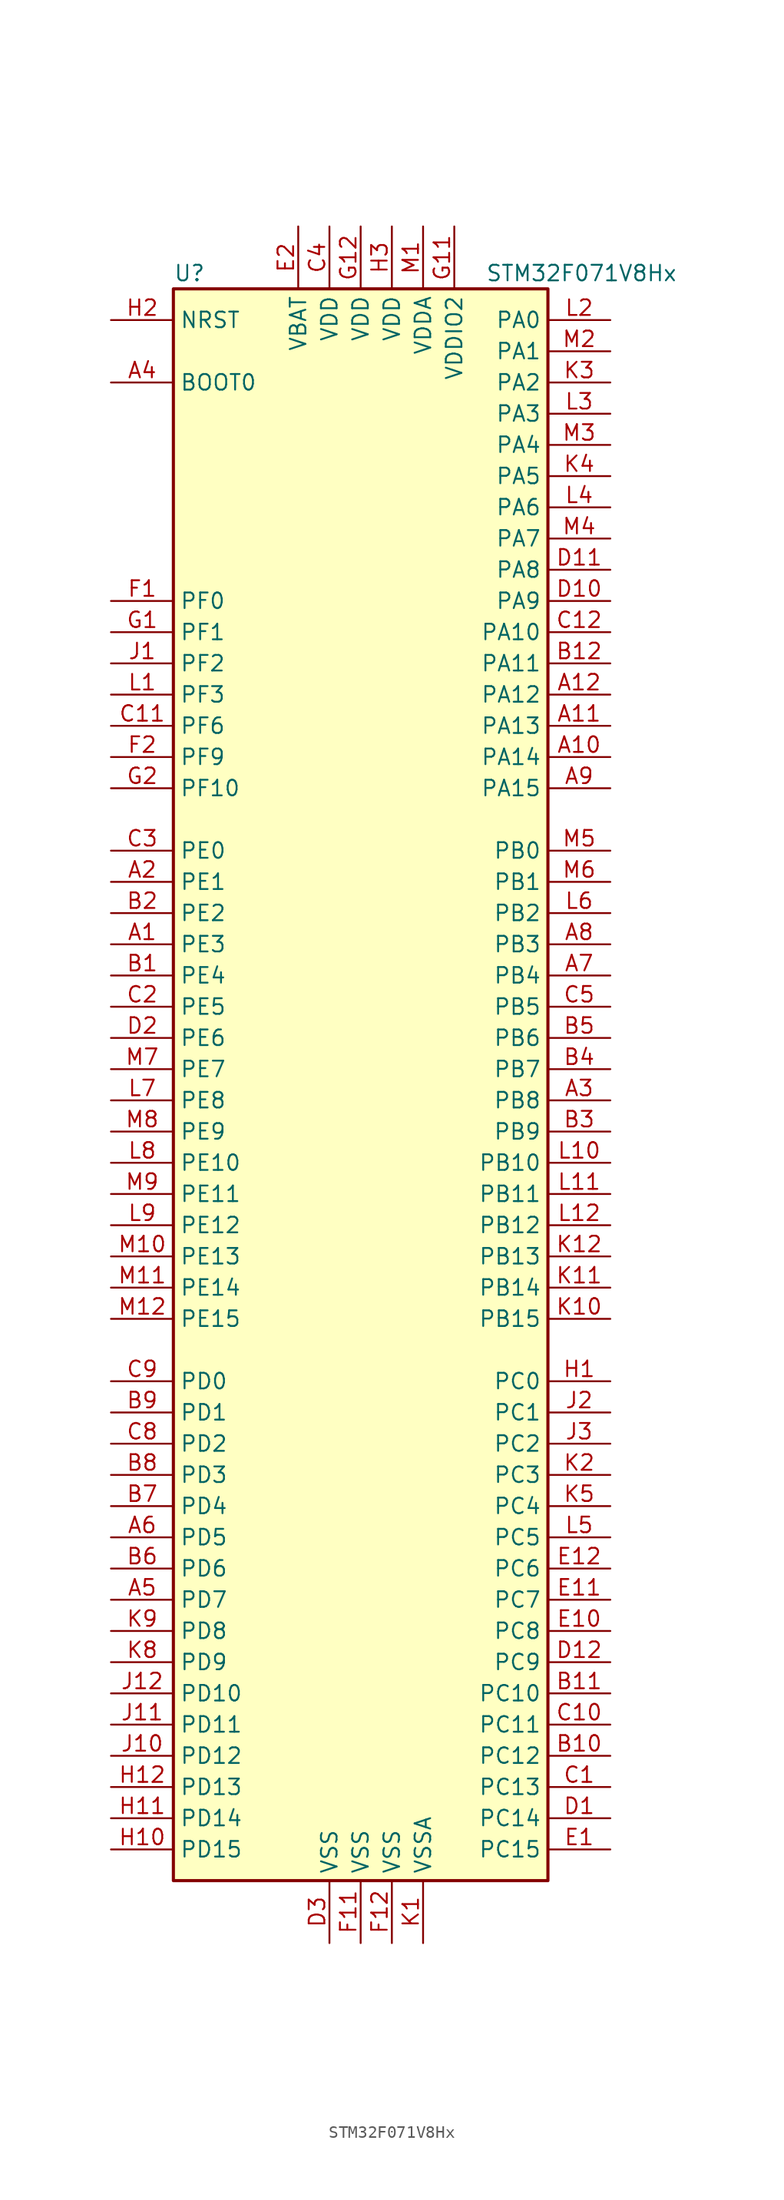
<source format=kicad_sym>
(kicad_symbol_lib
  (version 20201005)
  (generator kicad_symbol_editor)
  (symbol "STM32F071V8Hx"
    (property "Reference" "U"
      (at -15.24 64.77 0)
      (effects (font (size 1.27 1.27)) (justify left)))
    (property "Value" "STM32F071V8Hx"
      (at 10.16 64.77 0)
      (effects (font (size 1.27 1.27)) (justify left)))
    (symbol "STM32F071V8Hx_0_1"
      (rectangle (start -15.24 -66.04) (end 15.24 63.5) (stroke (width 0.254)) (fill (type background))))
    (symbol "STM32F071V8Hx_1_1"
      (pin input line (at -20.32 55.88 0) (length 5.08) (name "BOOT0" (effects (font (size 1.27 1.27)))) (number "A4" (effects (font (size 1.27 1.27)))))
      (pin no_connect line (at -15.24 -63.5 0) (length 5.08) hide (name "NC" (effects (font (size 1.27 1.27)))) (number "E3" (effects (font (size 1.27 1.27)))))
      (pin input line (at -20.32 60.96 0) (length 5.08) (name "NRST" (effects (font (size 1.27 1.27)))) (number "H2" (effects (font (size 1.27 1.27)))))
      (pin bidirectional line (at 20.32 60.96 180) (length 5.08) (name "PA0" (effects (font (size 1.27 1.27)))) (number "L2" (effects (font (size 1.27 1.27)))))
      (pin bidirectional line (at 20.32 58.42 180) (length 5.08) (name "PA1" (effects (font (size 1.27 1.27)))) (number "M2" (effects (font (size 1.27 1.27)))))
      (pin bidirectional line (at 20.32 35.56 180) (length 5.08) (name "PA10" (effects (font (size 1.27 1.27)))) (number "C12" (effects (font (size 1.27 1.27)))))
      (pin bidirectional line (at 20.32 33.02 180) (length 5.08) (name "PA11" (effects (font (size 1.27 1.27)))) (number "B12" (effects (font (size 1.27 1.27)))))
      (pin bidirectional line (at 20.32 30.48 180) (length 5.08) (name "PA12" (effects (font (size 1.27 1.27)))) (number "A12" (effects (font (size 1.27 1.27)))))
      (pin bidirectional line (at 20.32 27.94 180) (length 5.08) (name "PA13" (effects (font (size 1.27 1.27)))) (number "A11" (effects (font (size 1.27 1.27)))))
      (pin bidirectional line (at 20.32 25.4 180) (length 5.08) (name "PA14" (effects (font (size 1.27 1.27)))) (number "A10" (effects (font (size 1.27 1.27)))))
      (pin bidirectional line (at 20.32 22.86 180) (length 5.08) (name "PA15" (effects (font (size 1.27 1.27)))) (number "A9" (effects (font (size 1.27 1.27)))))
      (pin bidirectional line (at 20.32 55.88 180) (length 5.08) (name "PA2" (effects (font (size 1.27 1.27)))) (number "K3" (effects (font (size 1.27 1.27)))))
      (pin bidirectional line (at 20.32 53.34 180) (length 5.08) (name "PA3" (effects (font (size 1.27 1.27)))) (number "L3" (effects (font (size 1.27 1.27)))))
      (pin bidirectional line (at 20.32 50.8 180) (length 5.08) (name "PA4" (effects (font (size 1.27 1.27)))) (number "M3" (effects (font (size 1.27 1.27)))))
      (pin bidirectional line (at 20.32 48.26 180) (length 5.08) (name "PA5" (effects (font (size 1.27 1.27)))) (number "K4" (effects (font (size 1.27 1.27)))))
      (pin bidirectional line (at 20.32 45.72 180) (length 5.08) (name "PA6" (effects (font (size 1.27 1.27)))) (number "L4" (effects (font (size 1.27 1.27)))))
      (pin bidirectional line (at 20.32 43.18 180) (length 5.08) (name "PA7" (effects (font (size 1.27 1.27)))) (number "M4" (effects (font (size 1.27 1.27)))))
      (pin bidirectional line (at 20.32 40.64 180) (length 5.08) (name "PA8" (effects (font (size 1.27 1.27)))) (number "D11" (effects (font (size 1.27 1.27)))))
      (pin bidirectional line (at 20.32 38.1 180) (length 5.08) (name "PA9" (effects (font (size 1.27 1.27)))) (number "D10" (effects (font (size 1.27 1.27)))))
      (pin bidirectional line (at 20.32 17.78 180) (length 5.08) (name "PB0" (effects (font (size 1.27 1.27)))) (number "M5" (effects (font (size 1.27 1.27)))))
      (pin bidirectional line (at 20.32 15.24 180) (length 5.08) (name "PB1" (effects (font (size 1.27 1.27)))) (number "M6" (effects (font (size 1.27 1.27)))))
      (pin bidirectional line (at 20.32 -7.62 180) (length 5.08) (name "PB10" (effects (font (size 1.27 1.27)))) (number "L10" (effects (font (size 1.27 1.27)))))
      (pin bidirectional line (at 20.32 -10.16 180) (length 5.08) (name "PB11" (effects (font (size 1.27 1.27)))) (number "L11" (effects (font (size 1.27 1.27)))))
      (pin bidirectional line (at 20.32 -12.7 180) (length 5.08) (name "PB12" (effects (font (size 1.27 1.27)))) (number "L12" (effects (font (size 1.27 1.27)))))
      (pin bidirectional line (at 20.32 -15.24 180) (length 5.08) (name "PB13" (effects (font (size 1.27 1.27)))) (number "K12" (effects (font (size 1.27 1.27)))))
      (pin bidirectional line (at 20.32 -17.78 180) (length 5.08) (name "PB14" (effects (font (size 1.27 1.27)))) (number "K11" (effects (font (size 1.27 1.27)))))
      (pin bidirectional line (at 20.32 -20.32 180) (length 5.08) (name "PB15" (effects (font (size 1.27 1.27)))) (number "K10" (effects (font (size 1.27 1.27)))))
      (pin bidirectional line (at 20.32 12.7 180) (length 5.08) (name "PB2" (effects (font (size 1.27 1.27)))) (number "L6" (effects (font (size 1.27 1.27)))))
      (pin bidirectional line (at 20.32 10.16 180) (length 5.08) (name "PB3" (effects (font (size 1.27 1.27)))) (number "A8" (effects (font (size 1.27 1.27)))))
      (pin bidirectional line (at 20.32 7.62 180) (length 5.08) (name "PB4" (effects (font (size 1.27 1.27)))) (number "A7" (effects (font (size 1.27 1.27)))))
      (pin bidirectional line (at 20.32 5.08 180) (length 5.08) (name "PB5" (effects (font (size 1.27 1.27)))) (number "C5" (effects (font (size 1.27 1.27)))))
      (pin bidirectional line (at 20.32 2.54 180) (length 5.08) (name "PB6" (effects (font (size 1.27 1.27)))) (number "B5" (effects (font (size 1.27 1.27)))))
      (pin bidirectional line (at 20.32 0 180) (length 5.08) (name "PB7" (effects (font (size 1.27 1.27)))) (number "B4" (effects (font (size 1.27 1.27)))))
      (pin bidirectional line (at 20.32 -2.54 180) (length 5.08) (name "PB8" (effects (font (size 1.27 1.27)))) (number "A3" (effects (font (size 1.27 1.27)))))
      (pin bidirectional line (at 20.32 -5.08 180) (length 5.08) (name "PB9" (effects (font (size 1.27 1.27)))) (number "B3" (effects (font (size 1.27 1.27)))))
      (pin bidirectional line (at 20.32 -25.4 180) (length 5.08) (name "PC0" (effects (font (size 1.27 1.27)))) (number "H1" (effects (font (size 1.27 1.27)))))
      (pin bidirectional line (at 20.32 -27.94 180) (length 5.08) (name "PC1" (effects (font (size 1.27 1.27)))) (number "J2" (effects (font (size 1.27 1.27)))))
      (pin bidirectional line (at 20.32 -50.8 180) (length 5.08) (name "PC10" (effects (font (size 1.27 1.27)))) (number "B11" (effects (font (size 1.27 1.27)))))
      (pin bidirectional line (at 20.32 -53.34 180) (length 5.08) (name "PC11" (effects (font (size 1.27 1.27)))) (number "C10" (effects (font (size 1.27 1.27)))))
      (pin bidirectional line (at 20.32 -55.88 180) (length 5.08) (name "PC12" (effects (font (size 1.27 1.27)))) (number "B10" (effects (font (size 1.27 1.27)))))
      (pin bidirectional line (at 20.32 -58.42 180) (length 5.08) (name "PC13" (effects (font (size 1.27 1.27)))) (number "C1" (effects (font (size 1.27 1.27)))))
      (pin bidirectional line (at 20.32 -60.96 180) (length 5.08) (name "PC14" (effects (font (size 1.27 1.27)))) (number "D1" (effects (font (size 1.27 1.27)))))
      (pin bidirectional line (at 20.32 -63.5 180) (length 5.08) (name "PC15" (effects (font (size 1.27 1.27)))) (number "E1" (effects (font (size 1.27 1.27)))))
      (pin bidirectional line (at 20.32 -30.48 180) (length 5.08) (name "PC2" (effects (font (size 1.27 1.27)))) (number "J3" (effects (font (size 1.27 1.27)))))
      (pin bidirectional line (at 20.32 -33.02 180) (length 5.08) (name "PC3" (effects (font (size 1.27 1.27)))) (number "K2" (effects (font (size 1.27 1.27)))))
      (pin bidirectional line (at 20.32 -35.56 180) (length 5.08) (name "PC4" (effects (font (size 1.27 1.27)))) (number "K5" (effects (font (size 1.27 1.27)))))
      (pin bidirectional line (at 20.32 -38.1 180) (length 5.08) (name "PC5" (effects (font (size 1.27 1.27)))) (number "L5" (effects (font (size 1.27 1.27)))))
      (pin bidirectional line (at 20.32 -40.64 180) (length 5.08) (name "PC6" (effects (font (size 1.27 1.27)))) (number "E12" (effects (font (size 1.27 1.27)))))
      (pin bidirectional line (at 20.32 -43.18 180) (length 5.08) (name "PC7" (effects (font (size 1.27 1.27)))) (number "E11" (effects (font (size 1.27 1.27)))))
      (pin bidirectional line (at 20.32 -45.72 180) (length 5.08) (name "PC8" (effects (font (size 1.27 1.27)))) (number "E10" (effects (font (size 1.27 1.27)))))
      (pin bidirectional line (at 20.32 -48.26 180) (length 5.08) (name "PC9" (effects (font (size 1.27 1.27)))) (number "D12" (effects (font (size 1.27 1.27)))))
      (pin bidirectional line (at -20.32 -25.4 0) (length 5.08) (name "PD0" (effects (font (size 1.27 1.27)))) (number "C9" (effects (font (size 1.27 1.27)))))
      (pin bidirectional line (at -20.32 -27.94 0) (length 5.08) (name "PD1" (effects (font (size 1.27 1.27)))) (number "B9" (effects (font (size 1.27 1.27)))))
      (pin bidirectional line (at -20.32 -50.8 0) (length 5.08) (name "PD10" (effects (font (size 1.27 1.27)))) (number "J12" (effects (font (size 1.27 1.27)))))
      (pin bidirectional line (at -20.32 -53.34 0) (length 5.08) (name "PD11" (effects (font (size 1.27 1.27)))) (number "J11" (effects (font (size 1.27 1.27)))))
      (pin bidirectional line (at -20.32 -55.88 0) (length 5.08) (name "PD12" (effects (font (size 1.27 1.27)))) (number "J10" (effects (font (size 1.27 1.27)))))
      (pin bidirectional line (at -20.32 -58.42 0) (length 5.08) (name "PD13" (effects (font (size 1.27 1.27)))) (number "H12" (effects (font (size 1.27 1.27)))))
      (pin bidirectional line (at -20.32 -60.96 0) (length 5.08) (name "PD14" (effects (font (size 1.27 1.27)))) (number "H11" (effects (font (size 1.27 1.27)))))
      (pin bidirectional line (at -20.32 -63.5 0) (length 5.08) (name "PD15" (effects (font (size 1.27 1.27)))) (number "H10" (effects (font (size 1.27 1.27)))))
      (pin bidirectional line (at -20.32 -30.48 0) (length 5.08) (name "PD2" (effects (font (size 1.27 1.27)))) (number "C8" (effects (font (size 1.27 1.27)))))
      (pin bidirectional line (at -20.32 -33.02 0) (length 5.08) (name "PD3" (effects (font (size 1.27 1.27)))) (number "B8" (effects (font (size 1.27 1.27)))))
      (pin bidirectional line (at -20.32 -35.56 0) (length 5.08) (name "PD4" (effects (font (size 1.27 1.27)))) (number "B7" (effects (font (size 1.27 1.27)))))
      (pin bidirectional line (at -20.32 -38.1 0) (length 5.08) (name "PD5" (effects (font (size 1.27 1.27)))) (number "A6" (effects (font (size 1.27 1.27)))))
      (pin bidirectional line (at -20.32 -40.64 0) (length 5.08) (name "PD6" (effects (font (size 1.27 1.27)))) (number "B6" (effects (font (size 1.27 1.27)))))
      (pin bidirectional line (at -20.32 -43.18 0) (length 5.08) (name "PD7" (effects (font (size 1.27 1.27)))) (number "A5" (effects (font (size 1.27 1.27)))))
      (pin bidirectional line (at -20.32 -45.72 0) (length 5.08) (name "PD8" (effects (font (size 1.27 1.27)))) (number "K9" (effects (font (size 1.27 1.27)))))
      (pin bidirectional line (at -20.32 -48.26 0) (length 5.08) (name "PD9" (effects (font (size 1.27 1.27)))) (number "K8" (effects (font (size 1.27 1.27)))))
      (pin bidirectional line (at -20.32 17.78 0) (length 5.08) (name "PE0" (effects (font (size 1.27 1.27)))) (number "C3" (effects (font (size 1.27 1.27)))))
      (pin bidirectional line (at -20.32 15.24 0) (length 5.08) (name "PE1" (effects (font (size 1.27 1.27)))) (number "A2" (effects (font (size 1.27 1.27)))))
      (pin bidirectional line (at -20.32 -7.62 0) (length 5.08) (name "PE10" (effects (font (size 1.27 1.27)))) (number "L8" (effects (font (size 1.27 1.27)))))
      (pin bidirectional line (at -20.32 -10.16 0) (length 5.08) (name "PE11" (effects (font (size 1.27 1.27)))) (number "M9" (effects (font (size 1.27 1.27)))))
      (pin bidirectional line (at -20.32 -12.7 0) (length 5.08) (name "PE12" (effects (font (size 1.27 1.27)))) (number "L9" (effects (font (size 1.27 1.27)))))
      (pin bidirectional line (at -20.32 -15.24 0) (length 5.08) (name "PE13" (effects (font (size 1.27 1.27)))) (number "M10" (effects (font (size 1.27 1.27)))))
      (pin bidirectional line (at -20.32 -17.78 0) (length 5.08) (name "PE14" (effects (font (size 1.27 1.27)))) (number "M11" (effects (font (size 1.27 1.27)))))
      (pin bidirectional line (at -20.32 -20.32 0) (length 5.08) (name "PE15" (effects (font (size 1.27 1.27)))) (number "M12" (effects (font (size 1.27 1.27)))))
      (pin bidirectional line (at -20.32 12.7 0) (length 5.08) (name "PE2" (effects (font (size 1.27 1.27)))) (number "B2" (effects (font (size 1.27 1.27)))))
      (pin bidirectional line (at -20.32 10.16 0) (length 5.08) (name "PE3" (effects (font (size 1.27 1.27)))) (number "A1" (effects (font (size 1.27 1.27)))))
      (pin bidirectional line (at -20.32 7.62 0) (length 5.08) (name "PE4" (effects (font (size 1.27 1.27)))) (number "B1" (effects (font (size 1.27 1.27)))))
      (pin bidirectional line (at -20.32 5.08 0) (length 5.08) (name "PE5" (effects (font (size 1.27 1.27)))) (number "C2" (effects (font (size 1.27 1.27)))))
      (pin bidirectional line (at -20.32 2.54 0) (length 5.08) (name "PE6" (effects (font (size 1.27 1.27)))) (number "D2" (effects (font (size 1.27 1.27)))))
      (pin bidirectional line (at -20.32 0 0) (length 5.08) (name "PE7" (effects (font (size 1.27 1.27)))) (number "M7" (effects (font (size 1.27 1.27)))))
      (pin bidirectional line (at -20.32 -2.54 0) (length 5.08) (name "PE8" (effects (font (size 1.27 1.27)))) (number "L7" (effects (font (size 1.27 1.27)))))
      (pin bidirectional line (at -20.32 -5.08 0) (length 5.08) (name "PE9" (effects (font (size 1.27 1.27)))) (number "M8" (effects (font (size 1.27 1.27)))))
      (pin input line (at -20.32 38.1 0) (length 5.08) (name "PF0" (effects (font (size 1.27 1.27)))) (number "F1" (effects (font (size 1.27 1.27)))))
      (pin input line (at -20.32 35.56 0) (length 5.08) (name "PF1" (effects (font (size 1.27 1.27)))) (number "G1" (effects (font (size 1.27 1.27)))))
      (pin bidirectional line (at -20.32 22.86 0) (length 5.08) (name "PF10" (effects (font (size 1.27 1.27)))) (number "G2" (effects (font (size 1.27 1.27)))))
      (pin bidirectional line (at -20.32 33.02 0) (length 5.08) (name "PF2" (effects (font (size 1.27 1.27)))) (number "J1" (effects (font (size 1.27 1.27)))))
      (pin bidirectional line (at -20.32 30.48 0) (length 5.08) (name "PF3" (effects (font (size 1.27 1.27)))) (number "L1" (effects (font (size 1.27 1.27)))))
      (pin bidirectional line (at -20.32 27.94 0) (length 5.08) (name "PF6" (effects (font (size 1.27 1.27)))) (number "C11" (effects (font (size 1.27 1.27)))))
      (pin bidirectional line (at -20.32 25.4 0) (length 5.08) (name "PF9" (effects (font (size 1.27 1.27)))) (number "F2" (effects (font (size 1.27 1.27)))))
      (pin power_in line (at -5.08 68.58 270) (length 5.08) (name "VBAT" (effects (font (size 1.27 1.27)))) (number "E2" (effects (font (size 1.27 1.27)))))
      (pin power_in line (at -2.54 68.58 270) (length 5.08) (name "VDD" (effects (font (size 1.27 1.27)))) (number "C4" (effects (font (size 1.27 1.27)))))
      (pin power_in line (at 0 68.58 270) (length 5.08) (name "VDD" (effects (font (size 1.27 1.27)))) (number "G12" (effects (font (size 1.27 1.27)))))
      (pin power_in line (at 2.54 68.58 270) (length 5.08) (name "VDD" (effects (font (size 1.27 1.27)))) (number "H3" (effects (font (size 1.27 1.27)))))
      (pin power_in line (at 5.08 68.58 270) (length 5.08) (name "VDDA" (effects (font (size 1.27 1.27)))) (number "M1" (effects (font (size 1.27 1.27)))))
      (pin power_in line (at 7.62 68.58 270) (length 5.08) (name "VDDIO2" (effects (font (size 1.27 1.27)))) (number "G11" (effects (font (size 1.27 1.27)))))
      (pin power_in line (at -2.54 -71.12 90) (length 5.08) (name "VSS" (effects (font (size 1.27 1.27)))) (number "D3" (effects (font (size 1.27 1.27)))))
      (pin power_in line (at 0 -71.12 90) (length 5.08) (name "VSS" (effects (font (size 1.27 1.27)))) (number "F11" (effects (font (size 1.27 1.27)))))
      (pin power_in line (at 2.54 -71.12 90) (length 5.08) (name "VSS" (effects (font (size 1.27 1.27)))) (number "F12" (effects (font (size 1.27 1.27)))))
      (pin power_in line (at 5.08 -71.12 90) (length 5.08) (name "VSSA" (effects (font (size 1.27 1.27)))) (number "K1" (effects (font (size 1.27 1.27))))))))
</source>
